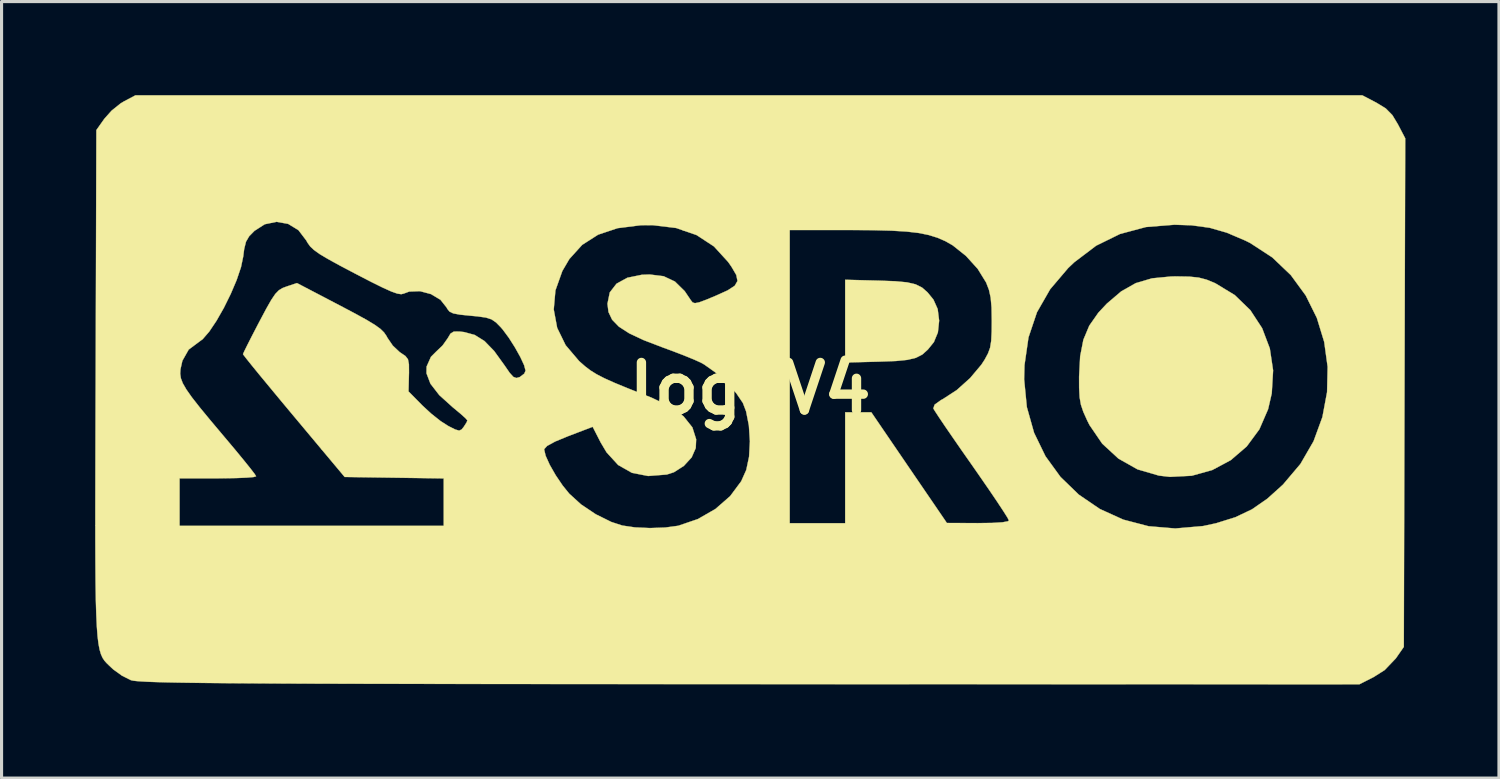
<source format=kicad_pcb>
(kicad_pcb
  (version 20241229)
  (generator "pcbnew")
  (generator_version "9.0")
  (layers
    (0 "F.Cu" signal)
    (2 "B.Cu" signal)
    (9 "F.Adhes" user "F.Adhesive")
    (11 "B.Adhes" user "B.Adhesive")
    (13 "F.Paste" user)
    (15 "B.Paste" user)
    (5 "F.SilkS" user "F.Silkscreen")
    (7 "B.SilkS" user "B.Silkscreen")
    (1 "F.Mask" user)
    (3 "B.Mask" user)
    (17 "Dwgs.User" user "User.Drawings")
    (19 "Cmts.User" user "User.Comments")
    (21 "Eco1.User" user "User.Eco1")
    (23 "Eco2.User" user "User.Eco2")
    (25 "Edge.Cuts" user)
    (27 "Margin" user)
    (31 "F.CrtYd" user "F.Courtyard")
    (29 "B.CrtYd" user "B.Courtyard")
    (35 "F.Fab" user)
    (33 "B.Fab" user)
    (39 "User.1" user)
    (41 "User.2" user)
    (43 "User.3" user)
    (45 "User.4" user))
  (footprint "logoV4"
    (layer "F.Cu")
    (at 20.994 9.403)
    (property "Reference" "logoV4" (at 0 0 0) (layer "F.SilkS") (effects (font (size 1.524 1.524) (thickness 0.3))))
    (attr through_hole)
    (fp_poly (pts (xy 4.143 -3.457) (xy 4.653 -3.438) (xy 5.029 -3.403) (xy 5.304 -3.339) (xy 5.513 -3.235) (xy 5.69 -3.079) (xy 5.87 -2.858) (xy 5.879 -2.846) (xy 6.013 -2.547) (xy 6.06 -2.174) (xy 6.02 -1.798) (xy 5.893 -1.491) (xy 5.879 -1.472) (xy 5.698 -1.248) (xy 5.521 -1.089) (xy 5.314 -0.983) (xy 5.043 -0.918) (xy 4.673 -0.881) (xy 4.17 -0.862) (xy 4.143 -0.861) (xy 3.048 -0.833) (xy 3.048 -3.485) (xy 4.143 -3.457)) (stroke (width 0.01) (type solid)) (fill yes) (layer "F.SilkS"))
    (fp_poly (pts (xy 14.08 -3.586) (xy 14.379 -3.555) (xy 14.633 -3.489) (xy 14.904 -3.377) (xy 14.916 -3.371) (xy 15.534 -2.996) (xy 16.036 -2.51) (xy 16.414 -1.932) (xy 16.66 -1.283) (xy 16.765 -0.58) (xy 16.722 0.156) (xy 16.605 0.663) (xy 16.325 1.308) (xy 15.92 1.857) (xy 15.409 2.296) (xy 14.814 2.614) (xy 14.157 2.797) (xy 13.457 2.833) (xy 13.105 2.792) (xy 12.418 2.592) (xy 11.807 2.247) (xy 11.288 1.769) (xy 10.88 1.172) (xy 10.808 1.029) (xy 10.683 0.752) (xy 10.605 0.521) (xy 10.563 0.282) (xy 10.547 -0.022) (xy 10.546 -0.381) (xy 10.58 -1.031) (xy 10.683 -1.561) (xy 10.872 -2.013) (xy 11.162 -2.428) (xy 11.437 -2.722) (xy 11.897 -3.114) (xy 12.364 -3.378) (xy 12.883 -3.531) (xy 13.5 -3.591) (xy 13.674 -3.593) (xy 14.08 -3.586)) (stroke (width 0.01) (type solid)) (fill yes) (layer "F.SilkS"))
    (fp_poly (pts (xy 20.075 -9.162) (xy 20.377 -8.977) (xy 20.587 -8.764) (xy 20.763 -8.473) (xy 21 -8.019) (xy 20.977 0.132) (xy 20.955 8.283) (xy 20.7 8.65) (xy 20.341 9.026) (xy 19.987 9.25) (xy 19.528 9.483) (xy 0.006 9.477) (xy -2.169 9.476) (xy -4.18 9.475) (xy -6.035 9.474) (xy -7.739 9.472) (xy -9.299 9.471) (xy -10.722 9.468) (xy -12.012 9.466) (xy -13.177 9.463) (xy -14.223 9.46) (xy -15.156 9.456) (xy -15.982 9.451) (xy -16.709 9.446) (xy -17.341 9.44) (xy -17.885 9.434) (xy -18.348 9.427) (xy -18.736 9.419) (xy -19.054 9.41) (xy -19.31 9.401) (xy -19.51 9.39) (xy -19.66 9.379) (xy -19.766 9.367) (xy -19.834 9.353) (xy -19.853 9.347) (xy -20.137 9.204) (xy -20.414 9.004) (xy -20.465 8.957) (xy -20.553 8.874) (xy -20.63 8.799) (xy -20.698 8.722) (xy -20.757 8.632) (xy -20.808 8.518) (xy -20.851 8.372) (xy -20.887 8.182) (xy -20.917 7.938) (xy -20.94 7.63) (xy -20.958 7.248) (xy -20.972 6.781) (xy -20.981 6.22) (xy -20.986 5.554) (xy -20.989 4.772) (xy -20.989 3.866) (xy -20.987 2.879) (xy -18.288 2.879) (xy -18.288 4.403) (xy -9.821 4.403) (xy -9.821 2.882) (xy -12.996 2.836) (xy -13.736 1.952) (xy -6.602 1.952) (xy -6.554 2.156) (xy -6.423 2.446) (xy -6.233 2.778) (xy -6.009 3.109) (xy -5.798 3.37) (xy -5.417 3.717) (xy -4.944 4.033) (xy -4.447 4.279) (xy -4.096 4.393) (xy -3.695 4.452) (xy -3.21 4.474) (xy -2.723 4.457) (xy -2.315 4.402) (xy -2.296 4.398) (xy -1.673 4.185) (xy -1.111 3.862) (xy -0.639 3.45) (xy -0.285 2.974) (xy -0.123 2.612) (xy -0.033 2.188) (xy -0.006 1.693) (xy -0.039 1.187) (xy -0.128 0.734) (xy -0.231 0.464) (xy -0.445 0.148) (xy -0.758 -0.196) (xy -1.117 -0.519) (xy -1.473 -0.771) (xy -1.575 -0.828) (xy -1.794 -0.927) (xy -2.122 -1.061) (xy -2.51 -1.21) (xy -2.792 -1.313) (xy -3.408 -1.549) (xy -3.874 -1.768) (xy -4.207 -1.983) (xy -4.423 -2.206) (xy -4.539 -2.451) (xy -4.572 -2.717) (xy -4.498 -3.079) (xy -4.282 -3.359) (xy -3.935 -3.55) (xy -3.469 -3.645) (xy -3.218 -3.654) (xy -2.772 -3.599) (xy -2.409 -3.428) (xy -2.096 -3.121) (xy -1.898 -2.827) (xy -1.844 -2.759) (xy -1.768 -2.735) (xy -1.634 -2.761) (xy -1.41 -2.844) (xy -1.093 -2.976) (xy -0.718 -3.146) (xy -0.492 -3.293) (xy -0.404 -3.447) (xy -0.443 -3.64) (xy -0.596 -3.902) (xy -0.704 -4.056) (xy -1.159 -4.554) (xy -1.715 -4.918) (xy -2.183 -5.08) (xy 1.27 -5.08) (xy 1.27 4.318) (xy 3.048 4.318) (xy 3.048 0.762) (xy 3.885 0.762) (xy 5.096 2.537) (xy 6.308 4.311) (xy 7.303 4.315) (xy 7.764 4.309) (xy 8.09 4.289) (xy 8.268 4.256) (xy 8.297 4.231) (xy 8.251 4.14) (xy 8.119 3.931) (xy 7.916 3.623) (xy 7.655 3.238) (xy 7.349 2.795) (xy 7.109 2.45) (xy 6.776 1.975) (xy 6.476 1.541) (xy 6.221 1.17) (xy 6.027 0.881) (xy 5.907 0.696) (xy 5.874 0.638) (xy 5.915 0.518) (xy 6.118 0.372) (xy 6.182 0.338) (xy 6.623 0.052) (xy 7.011 -0.296) (xy 8.784 -0.296) (xy 8.871 0.595) (xy 9.103 1.42) (xy 9.468 2.171) (xy 9.95 2.835) (xy 10.536 3.402) (xy 11.211 3.862) (xy 11.961 4.203) (xy 12.772 4.415) (xy 13.629 4.487) (xy 14.518 4.41) (xy 14.936 4.32) (xy 15.557 4.126) (xy 16.087 3.874) (xy 16.581 3.532) (xy 17.081 3.081) (xy 17.641 2.419) (xy 18.062 1.691) (xy 18.345 0.917) (xy 18.495 0.115) (xy 18.513 -0.694) (xy 18.403 -1.493) (xy 18.167 -2.263) (xy 17.81 -2.983) (xy 17.332 -3.636) (xy 16.738 -4.202) (xy 16.031 -4.663) (xy 15.875 -4.741) (xy 15.282 -4.994) (xy 14.732 -5.152) (xy 14.153 -5.231) (xy 13.603 -5.249) (xy 12.691 -5.176) (xy 11.857 -4.953) (xy 11.093 -4.578) (xy 10.391 -4.046) (xy 10.194 -3.859) (xy 9.618 -3.181) (xy 9.196 -2.445) (xy 8.924 -1.638) (xy 8.796 -0.75) (xy 8.784 -0.296) (xy 7.011 -0.296) (xy 7.054 -0.335) (xy 7.413 -0.762) (xy 7.52 -0.926) (xy 7.626 -1.123) (xy 7.693 -1.306) (xy 7.729 -1.526) (xy 7.744 -1.828) (xy 7.747 -2.159) (xy 7.74 -2.595) (xy 7.712 -2.912) (xy 7.657 -3.162) (xy 7.568 -3.393) (xy 7.563 -3.403) (xy 7.296 -3.835) (xy 6.92 -4.25) (xy 6.493 -4.59) (xy 6.26 -4.723) (xy 6.003 -4.834) (xy 5.726 -4.92) (xy 5.406 -4.985) (xy 5.017 -5.03) (xy 4.536 -5.059) (xy 3.937 -5.075) (xy 3.196 -5.08) (xy 3.121 -5.08) (xy 1.27 -5.08) (xy -2.183 -5.08) (xy -2.371 -5.145) (xy -3.127 -5.236) (xy -3.505 -5.233) (xy -4.248 -5.139) (xy -4.871 -4.931) (xy -5.383 -4.604) (xy -5.793 -4.151) (xy -6.019 -3.765) (xy -6.24 -3.145) (xy -6.294 -2.533) (xy -6.184 -1.943) (xy -5.913 -1.388) (xy -5.484 -0.883) (xy -5.453 -0.854) (xy -5.283 -0.705) (xy -5.112 -0.576) (xy -4.917 -0.455) (xy -4.673 -0.329) (xy -4.353 -0.185) (xy -3.934 -0.012) (xy -3.39 0.203) (xy -3.16 0.293) (xy -2.57 0.573) (xy -2.132 0.893) (xy -1.85 1.246) (xy -1.729 1.628) (xy -1.742 1.909) (xy -1.873 2.208) (xy -2.123 2.481) (xy -2.441 2.684) (xy -2.669 2.758) (xy -3.269 2.805) (xy -3.788 2.703) (xy -4.23 2.452) (xy -4.6 2.048) (xy -4.788 1.732) (xy -5.046 1.228) (xy -5.823 1.524) (xy -6.247 1.699) (xy -6.506 1.84) (xy -6.602 1.946) (xy -6.602 1.952) (xy -13.736 1.952) (xy -14.625 0.889) (xy -15.034 0.399) (xy -15.405 -0.049) (xy -15.726 -0.437) (xy -15.982 -0.751) (xy -16.16 -0.974) (xy -16.248 -1.089) (xy -16.255 -1.101) (xy -16.217 -1.187) (xy -16.115 -1.394) (xy -15.963 -1.693) (xy -15.775 -2.056) (xy -15.726 -2.149) (xy -15.508 -2.559) (xy -15.345 -2.845) (xy -15.218 -3.032) (xy -15.104 -3.149) (xy -14.984 -3.221) (xy -14.862 -3.267) (xy -14.525 -3.379) (xy -13.153 -2.662) (xy -12.657 -2.4) (xy -12.29 -2.198) (xy -12.029 -2.04) (xy -11.851 -1.912) (xy -11.734 -1.797) (xy -11.654 -1.681) (xy -11.627 -1.628) (xy -11.454 -1.375) (xy -11.232 -1.166) (xy -11.198 -1.143) (xy -11.048 -1.041) (xy -10.967 -0.936) (xy -10.936 -0.774) (xy -10.934 -0.506) (xy -10.936 -0.44) (xy -10.949 0.094) (xy -10.498 0.551) (xy -10.217 0.81) (xy -9.919 1.046) (xy -9.675 1.202) (xy -9.452 1.314) (xy -9.326 1.35) (xy -9.246 1.313) (xy -9.181 1.233) (xy -9.088 1.088) (xy -9.063 1.021) (xy -9.127 0.948) (xy -9.289 0.803) (xy -9.514 0.616) (xy -9.518 0.614) (xy -9.963 0.212) (xy -10.246 -0.153) (xy -10.373 -0.487) (xy -10.37 -0.701) (xy -10.23 -1.015) (xy -10.069 -1.176) (xy -9.858 -1.378) (xy -9.694 -1.608) (xy -9.604 -1.759) (xy -9.498 -1.824) (xy -9.319 -1.826) (xy -9.164 -1.808) (xy -8.826 -1.716) (xy -8.514 -1.521) (xy -8.204 -1.202) (xy -7.881 -0.755) (xy -7.708 -0.504) (xy -7.589 -0.372) (xy -7.49 -0.336) (xy -7.384 -0.366) (xy -7.239 -0.476) (xy -7.197 -0.573) (xy -7.243 -0.746) (xy -7.365 -1.009) (xy -7.537 -1.317) (xy -7.732 -1.624) (xy -7.926 -1.886) (xy -7.991 -1.962) (xy -8.145 -2.118) (xy -8.288 -2.216) (xy -8.469 -2.274) (xy -8.74 -2.312) (xy -8.955 -2.332) (xy -9.299 -2.367) (xy -9.514 -2.407) (xy -9.637 -2.467) (xy -9.709 -2.558) (xy -9.726 -2.593) (xy -9.925 -2.844) (xy -10.229 -3.026) (xy -10.582 -3.12) (xy -10.927 -3.107) (xy -11.1 -3.043) (xy -11.183 -3.023) (xy -11.309 -3.042) (xy -11.499 -3.109) (xy -11.774 -3.233) (xy -12.154 -3.421) (xy -12.662 -3.684) (xy -12.662 -3.684) (xy -13.161 -3.947) (xy -13.532 -4.151) (xy -13.797 -4.309) (xy -13.979 -4.439) (xy -14.101 -4.554) (xy -14.186 -4.672) (xy -14.226 -4.745) (xy -14.478 -5.076) (xy -14.808 -5.277) (xy -15.18 -5.343) (xy -15.557 -5.265) (xy -15.885 -5.055) (xy -16.058 -4.879) (xy -16.159 -4.705) (xy -16.217 -4.472) (xy -16.248 -4.23) (xy -16.319 -3.889) (xy -16.458 -3.478) (xy -16.648 -3.032) (xy -16.869 -2.584) (xy -17.105 -2.17) (xy -17.337 -1.824) (xy -17.547 -1.581) (xy -17.67 -1.491) (xy -17.996 -1.247) (xy -18.198 -0.89) (xy -18.259 -0.617) (xy -18.268 -0.474) (xy -18.247 -0.33) (xy -18.186 -0.169) (xy -18.072 0.029) (xy -17.895 0.281) (xy -17.641 0.605) (xy -17.3 1.019) (xy -16.86 1.542) (xy -16.829 1.579) (xy -16.511 1.957) (xy -16.236 2.291) (xy -16.019 2.56) (xy -15.88 2.742) (xy -15.834 2.815) (xy -15.913 2.838) (xy -16.132 2.857) (xy -16.461 2.871) (xy -16.87 2.878) (xy -17.06 2.879) (xy -18.288 2.879) (xy -20.987 2.879) (xy -20.987 2.823) (xy -20.984 1.635) (xy -20.98 0.291) (xy -20.978 -0.141) (xy -20.955 -8.283) (xy -20.701 -8.643) (xy -20.468 -8.905) (xy -20.181 -9.136) (xy -20.074 -9.201) (xy -19.701 -9.398) (xy 19.623 -9.398) (xy 20.075 -9.162)) (stroke (width 0.01) (type solid)) (fill yes) (layer "F.SilkS")))
  (gr_rect
    (start -3 -3)
    (end 44.999 21.891)
    (stroke (width 0.1) (type default))
    (fill no)
    (layer "Edge.Cuts")))
</source>
